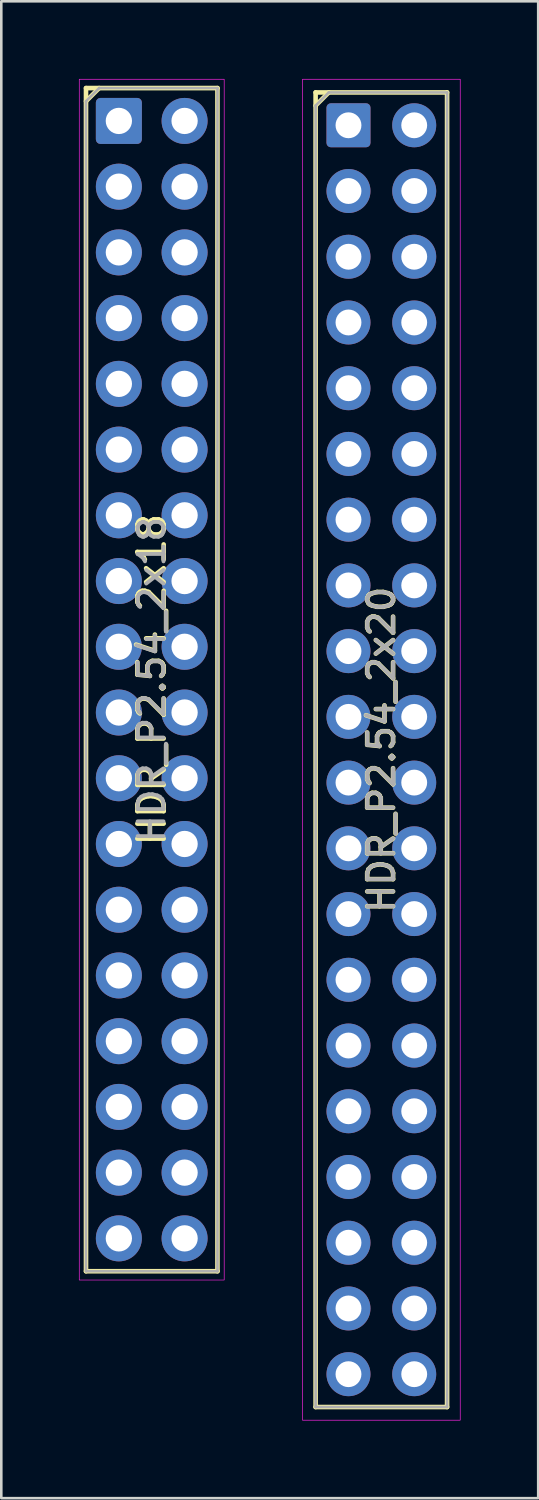
<source format=kicad_pcb>
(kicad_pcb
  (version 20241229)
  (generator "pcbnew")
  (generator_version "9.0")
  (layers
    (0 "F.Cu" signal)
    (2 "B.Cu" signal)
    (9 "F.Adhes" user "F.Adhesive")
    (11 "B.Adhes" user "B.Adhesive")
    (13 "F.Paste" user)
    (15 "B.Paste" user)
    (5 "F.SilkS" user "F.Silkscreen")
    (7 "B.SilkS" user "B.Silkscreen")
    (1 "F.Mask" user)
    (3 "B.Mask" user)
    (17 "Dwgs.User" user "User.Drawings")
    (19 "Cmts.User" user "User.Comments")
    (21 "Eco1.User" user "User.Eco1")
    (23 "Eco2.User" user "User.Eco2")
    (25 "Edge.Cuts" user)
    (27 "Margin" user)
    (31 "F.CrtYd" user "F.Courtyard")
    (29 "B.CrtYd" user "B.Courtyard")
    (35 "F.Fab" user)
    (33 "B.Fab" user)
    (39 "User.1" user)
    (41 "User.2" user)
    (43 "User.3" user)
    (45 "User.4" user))
  (footprint "HDR_P2.54_2x20"
    (layer "F.Cu")
    (at 11.686 25.921)
    (property "Reference" "HDR_P2.54_2x20" (at 0 0 90) (layer "F.SilkS") (effects (font (size 1 1) (thickness 0.178))))
    (attr through_hole)
    (fp_line (start -2.54 -25.4) (end -2.54 25.4) (stroke (width 0.178) (type solid)) (layer "F.SilkS"))
    (fp_line (start -2.54 -25.4) (end 2.54 -25.4) (stroke (width 0.178) (type solid)) (layer "F.SilkS"))
    (fp_line (start -2.54 -24.892) (end -2.032 -25.4) (stroke (width 0.178) (type solid)) (layer "F.SilkS"))
    (fp_line (start -2.54 25.4) (end 2.54 25.4) (stroke (width 0.178) (type solid)) (layer "F.SilkS"))
    (fp_line (start 2.54 -25.4) (end 2.54 25.4) (stroke (width 0.178) (type solid)) (layer "F.SilkS"))
    (fp_rect (start -3.048 -25.908) (end 3.048 25.908) (stroke (width 0.025) (type solid)) (fill no) (layer "F.CrtYd"))
    (fp_line (start -2.54 -24.892) (end -2.032 -25.4) (stroke (width 0.1) (type solid)) (layer "F.Fab"))
    (fp_line (start -2.54 25.4) (end -2.54 -24.892) (stroke (width 0.1) (type solid)) (layer "F.Fab"))
    (fp_line (start -2.032 -25.4) (end 2.54 -25.4) (stroke (width 0.1) (type solid)) (layer "F.Fab"))
    (fp_line (start 2.54 -25.4) (end 2.54 25.4) (stroke (width 0.1) (type solid)) (layer "F.Fab"))
    (fp_line (start 2.54 25.4) (end -2.54 25.4) (stroke (width 0.1) (type solid)) (layer "F.Fab"))
    (fp_text user "${REFERENCE}" (at 0 0 90) (layer "F.Fab") (effects (font (size 1 1) (thickness 0.15))))
    (pad "1" thru_hole roundrect (at -1.27 -24.13) (size 1.7 1.7) (drill 1) (layers "*.Cu" "*.Mask") (roundrect_rratio 0.1))
    (pad "2" thru_hole oval (at 1.27 -24.13) (size 1.7 1.7) (drill 1) (layers "*.Cu" "*.Mask"))
    (pad "3" thru_hole oval (at -1.27 -21.59) (size 1.7 1.7) (drill 1) (layers "*.Cu" "*.Mask"))
    (pad "4" thru_hole oval (at 1.27 -21.59) (size 1.7 1.7) (drill 1) (layers "*.Cu" "*.Mask"))
    (pad "5" thru_hole oval (at -1.27 -19.05) (size 1.7 1.7) (drill 1) (layers "*.Cu" "*.Mask"))
    (pad "6" thru_hole oval (at 1.27 -19.05) (size 1.7 1.7) (drill 1) (layers "*.Cu" "*.Mask"))
    (pad "7" thru_hole oval (at -1.27 -16.51) (size 1.7 1.7) (drill 1) (layers "*.Cu" "*.Mask"))
    (pad "8" thru_hole oval (at 1.27 -16.51) (size 1.7 1.7) (drill 1) (layers "*.Cu" "*.Mask"))
    (pad "9" thru_hole oval (at -1.27 -13.97) (size 1.7 1.7) (drill 1) (layers "*.Cu" "*.Mask"))
    (pad "10" thru_hole oval (at 1.27 -13.97) (size 1.7 1.7) (drill 1) (layers "*.Cu" "*.Mask"))
    (pad "11" thru_hole oval (at -1.27 -11.43) (size 1.7 1.7) (drill 1) (layers "*.Cu" "*.Mask"))
    (pad "12" thru_hole oval (at 1.27 -11.43) (size 1.7 1.7) (drill 1) (layers "*.Cu" "*.Mask"))
    (pad "13" thru_hole oval (at -1.27 -8.89) (size 1.7 1.7) (drill 1) (layers "*.Cu" "*.Mask"))
    (pad "14" thru_hole oval (at 1.27 -8.89) (size 1.7 1.7) (drill 1) (layers "*.Cu" "*.Mask"))
    (pad "15" thru_hole oval (at -1.27 -6.35) (size 1.7 1.7) (drill 1) (layers "*.Cu" "*.Mask"))
    (pad "16" thru_hole oval (at 1.27 -6.35) (size 1.7 1.7) (drill 1) (layers "*.Cu" "*.Mask"))
    (pad "17" thru_hole oval (at -1.27 -3.81) (size 1.7 1.7) (drill 1) (layers "*.Cu" "*.Mask"))
    (pad "18" thru_hole oval (at 1.27 -3.81) (size 1.7 1.7) (drill 1) (layers "*.Cu" "*.Mask"))
    (pad "19" thru_hole oval (at -1.27 -1.27) (size 1.7 1.7) (drill 1) (layers "*.Cu" "*.Mask"))
    (pad "20" thru_hole oval (at 1.27 -1.27) (size 1.7 1.7) (drill 1) (layers "*.Cu" "*.Mask"))
    (pad "21" thru_hole oval (at -1.27 1.27) (size 1.7 1.7) (drill 1) (layers "*.Cu" "*.Mask"))
    (pad "22" thru_hole oval (at 1.27 1.27) (size 1.7 1.7) (drill 1) (layers "*.Cu" "*.Mask"))
    (pad "23" thru_hole oval (at -1.27 3.81) (size 1.7 1.7) (drill 1) (layers "*.Cu" "*.Mask"))
    (pad "24" thru_hole oval (at 1.27 3.81) (size 1.7 1.7) (drill 1) (layers "*.Cu" "*.Mask"))
    (pad "25" thru_hole oval (at -1.27 6.35) (size 1.7 1.7) (drill 1) (layers "*.Cu" "*.Mask"))
    (pad "26" thru_hole oval (at 1.27 6.35) (size 1.7 1.7) (drill 1) (layers "*.Cu" "*.Mask"))
    (pad "27" thru_hole oval (at -1.27 8.89) (size 1.7 1.7) (drill 1) (layers "*.Cu" "*.Mask"))
    (pad "28" thru_hole oval (at 1.27 8.89) (size 1.7 1.7) (drill 1) (layers "*.Cu" "*.Mask"))
    (pad "29" thru_hole oval (at -1.27 11.43) (size 1.7 1.7) (drill 1) (layers "*.Cu" "*.Mask"))
    (pad "30" thru_hole oval (at 1.27 11.43) (size 1.7 1.7) (drill 1) (layers "*.Cu" "*.Mask"))
    (pad "31" thru_hole oval (at -1.27 13.97) (size 1.7 1.7) (drill 1) (layers "*.Cu" "*.Mask"))
    (pad "32" thru_hole oval (at 1.27 13.97) (size 1.7 1.7) (drill 1) (layers "*.Cu" "*.Mask"))
    (pad "33" thru_hole oval (at -1.27 16.51) (size 1.7 1.7) (drill 1) (layers "*.Cu" "*.Mask"))
    (pad "34" thru_hole oval (at 1.27 16.51) (size 1.7 1.7) (drill 1) (layers "*.Cu" "*.Mask"))
    (pad "35" thru_hole oval (at -1.27 19.05) (size 1.7 1.7) (drill 1) (layers "*.Cu" "*.Mask"))
    (pad "36" thru_hole oval (at 1.27 19.05) (size 1.7 1.7) (drill 1) (layers "*.Cu" "*.Mask"))
    (pad "37" thru_hole oval (at -1.27 21.59) (size 1.7 1.7) (drill 1) (layers "*.Cu" "*.Mask"))
    (pad "38" thru_hole oval (at 1.27 21.59) (size 1.7 1.7) (drill 1) (layers "*.Cu" "*.Mask"))
    (pad "39" thru_hole oval (at -1.27 24.13) (size 1.7 1.7) (drill 1) (layers "*.Cu" "*.Mask"))
    (pad "40" thru_hole oval (at 1.27 24.13) (size 1.7 1.7) (drill 1) (layers "*.Cu" "*.Mask")))
  (footprint "HDR_P2.54_2x18"
    (layer "F.Cu")
    (at 2.813 23.213)
    (property "Reference" "HDR_P2.54_2x18" (at 0 0 90) (layer "F.SilkS") (effects (font (size 1.016 1.016) (thickness 0.178))))
    (attr through_hole)
    (fp_line (start -2.54 -22.86) (end -2.54 22.86) (stroke (width 0.178) (type solid)) (layer "F.SilkS"))
    (fp_line (start -2.54 -22.86) (end 2.54 -22.86) (stroke (width 0.178) (type solid)) (layer "F.SilkS"))
    (fp_line (start -2.54 -22.352) (end -2.032 -22.86) (stroke (width 0.178) (type solid)) (layer "F.SilkS"))
    (fp_line (start -2.54 22.86) (end 2.54 22.86) (stroke (width 0.178) (type solid)) (layer "F.SilkS"))
    (fp_line (start 2.54 -22.86) (end 2.54 22.86) (stroke (width 0.178) (type solid)) (layer "F.SilkS"))
    (fp_rect (start -2.8 -23.2) (end 2.8 23.2) (stroke (width 0.025) (type solid)) (fill no) (layer "F.CrtYd"))
    (fp_line (start -2.54 -22.352) (end -2.032 -22.86) (stroke (width 0.1) (type solid)) (layer "F.Fab"))
    (fp_line (start -2.54 22.86) (end -2.54 -22.352) (stroke (width 0.1) (type solid)) (layer "F.Fab"))
    (fp_line (start -2.032 -22.86) (end 2.54 -22.86) (stroke (width 0.1) (type solid)) (layer "F.Fab"))
    (fp_line (start 2.54 -22.86) (end 2.54 22.86) (stroke (width 0.1) (type solid)) (layer "F.Fab"))
    (fp_line (start 2.54 22.86) (end -2.54 22.86) (stroke (width 0.1) (type solid)) (layer "F.Fab"))
    (fp_text user "${REFERENCE}" (at 0 0 90) (layer "F.Fab") (effects (font (size 1 1) (thickness 0.15))))
    (pad "1" thru_hole roundrect (at -1.27 -21.59) (size 1.778 1.778) (drill 1.016) (layers "*.Cu" "*.Mask") (roundrect_rratio 0.1))
    (pad "2" thru_hole oval (at 1.27 -21.59) (size 1.778 1.778) (drill 1.016) (layers "*.Cu" "*.Mask"))
    (pad "3" thru_hole oval (at -1.27 -19.05) (size 1.778 1.778) (drill 1.016) (layers "*.Cu" "*.Mask"))
    (pad "4" thru_hole oval (at 1.27 -19.05) (size 1.778 1.778) (drill 1.016) (layers "*.Cu" "*.Mask"))
    (pad "5" thru_hole oval (at -1.27 -16.51) (size 1.778 1.778) (drill 1.016) (layers "*.Cu" "*.Mask"))
    (pad "6" thru_hole oval (at 1.27 -16.51) (size 1.778 1.778) (drill 1.016) (layers "*.Cu" "*.Mask"))
    (pad "7" thru_hole oval (at -1.27 -13.97) (size 1.778 1.778) (drill 1.016) (layers "*.Cu" "*.Mask"))
    (pad "8" thru_hole oval (at 1.27 -13.97) (size 1.778 1.778) (drill 1.016) (layers "*.Cu" "*.Mask"))
    (pad "9" thru_hole oval (at -1.27 -11.43) (size 1.778 1.778) (drill 1.016) (layers "*.Cu" "*.Mask"))
    (pad "10" thru_hole oval (at 1.27 -11.43) (size 1.778 1.778) (drill 1.016) (layers "*.Cu" "*.Mask"))
    (pad "11" thru_hole oval (at -1.27 -8.89) (size 1.778 1.778) (drill 1.016) (layers "*.Cu" "*.Mask"))
    (pad "12" thru_hole oval (at 1.27 -8.89) (size 1.778 1.778) (drill 1.016) (layers "*.Cu" "*.Mask"))
    (pad "13" thru_hole oval (at -1.27 -6.35) (size 1.778 1.778) (drill 1.016) (layers "*.Cu" "*.Mask"))
    (pad "14" thru_hole oval (at 1.27 -6.35) (size 1.778 1.778) (drill 1.016) (layers "*.Cu" "*.Mask"))
    (pad "15" thru_hole oval (at -1.27 -3.81) (size 1.778 1.778) (drill 1.016) (layers "*.Cu" "*.Mask"))
    (pad "16" thru_hole oval (at 1.27 -3.81) (size 1.778 1.778) (drill 1.016) (layers "*.Cu" "*.Mask"))
    (pad "17" thru_hole oval (at -1.27 -1.27) (size 1.778 1.778) (drill 1.016) (layers "*.Cu" "*.Mask"))
    (pad "18" thru_hole oval (at 1.27 -1.27) (size 1.778 1.778) (drill 1.016) (layers "*.Cu" "*.Mask"))
    (pad "19" thru_hole oval (at -1.27 1.27) (size 1.778 1.778) (drill 1.016) (layers "*.Cu" "*.Mask"))
    (pad "20" thru_hole oval (at 1.27 1.27) (size 1.778 1.778) (drill 1.016) (layers "*.Cu" "*.Mask"))
    (pad "21" thru_hole oval (at -1.27 3.81) (size 1.778 1.778) (drill 1.016) (layers "*.Cu" "*.Mask"))
    (pad "22" thru_hole oval (at 1.27 3.81) (size 1.778 1.778) (drill 1.016) (layers "*.Cu" "*.Mask"))
    (pad "23" thru_hole oval (at -1.27 6.35) (size 1.778 1.778) (drill 1.016) (layers "*.Cu" "*.Mask"))
    (pad "24" thru_hole oval (at 1.27 6.35) (size 1.778 1.778) (drill 1.016) (layers "*.Cu" "*.Mask"))
    (pad "25" thru_hole oval (at -1.27 8.89) (size 1.778 1.778) (drill 1.016) (layers "*.Cu" "*.Mask"))
    (pad "26" thru_hole oval (at 1.27 8.89) (size 1.778 1.778) (drill 1.016) (layers "*.Cu" "*.Mask"))
    (pad "27" thru_hole oval (at -1.27 11.43) (size 1.778 1.778) (drill 1.016) (layers "*.Cu" "*.Mask"))
    (pad "28" thru_hole oval (at 1.27 11.43) (size 1.778 1.778) (drill 1.016) (layers "*.Cu" "*.Mask"))
    (pad "29" thru_hole oval (at -1.27 13.97) (size 1.778 1.778) (drill 1.016) (layers "*.Cu" "*.Mask"))
    (pad "30" thru_hole oval (at 1.27 13.97) (size 1.778 1.778) (drill 1.016) (layers "*.Cu" "*.Mask"))
    (pad "31" thru_hole oval (at -1.27 16.51) (size 1.778 1.778) (drill 1.016) (layers "*.Cu" "*.Mask"))
    (pad "32" thru_hole oval (at 1.27 16.51) (size 1.778 1.778) (drill 1.016) (layers "*.Cu" "*.Mask"))
    (pad "33" thru_hole oval (at -1.27 19.05) (size 1.778 1.778) (drill 1.016) (layers "*.Cu" "*.Mask"))
    (pad "34" thru_hole oval (at 1.27 19.05) (size 1.778 1.778) (drill 1.016) (layers "*.Cu" "*.Mask"))
    (pad "35" thru_hole oval (at -1.27 21.59) (size 1.778 1.778) (drill 1.016) (layers "*.Cu" "*.Mask"))
    (pad "36" thru_hole oval (at 1.27 21.59) (size 1.778 1.778) (drill 1.016) (layers "*.Cu" "*.Mask")))
  (gr_rect
    (start -3 -3)
    (end 17.747 54.841)
    (stroke (width 0.1) (type default))
    (fill no)
    (layer "Edge.Cuts")))
</source>
